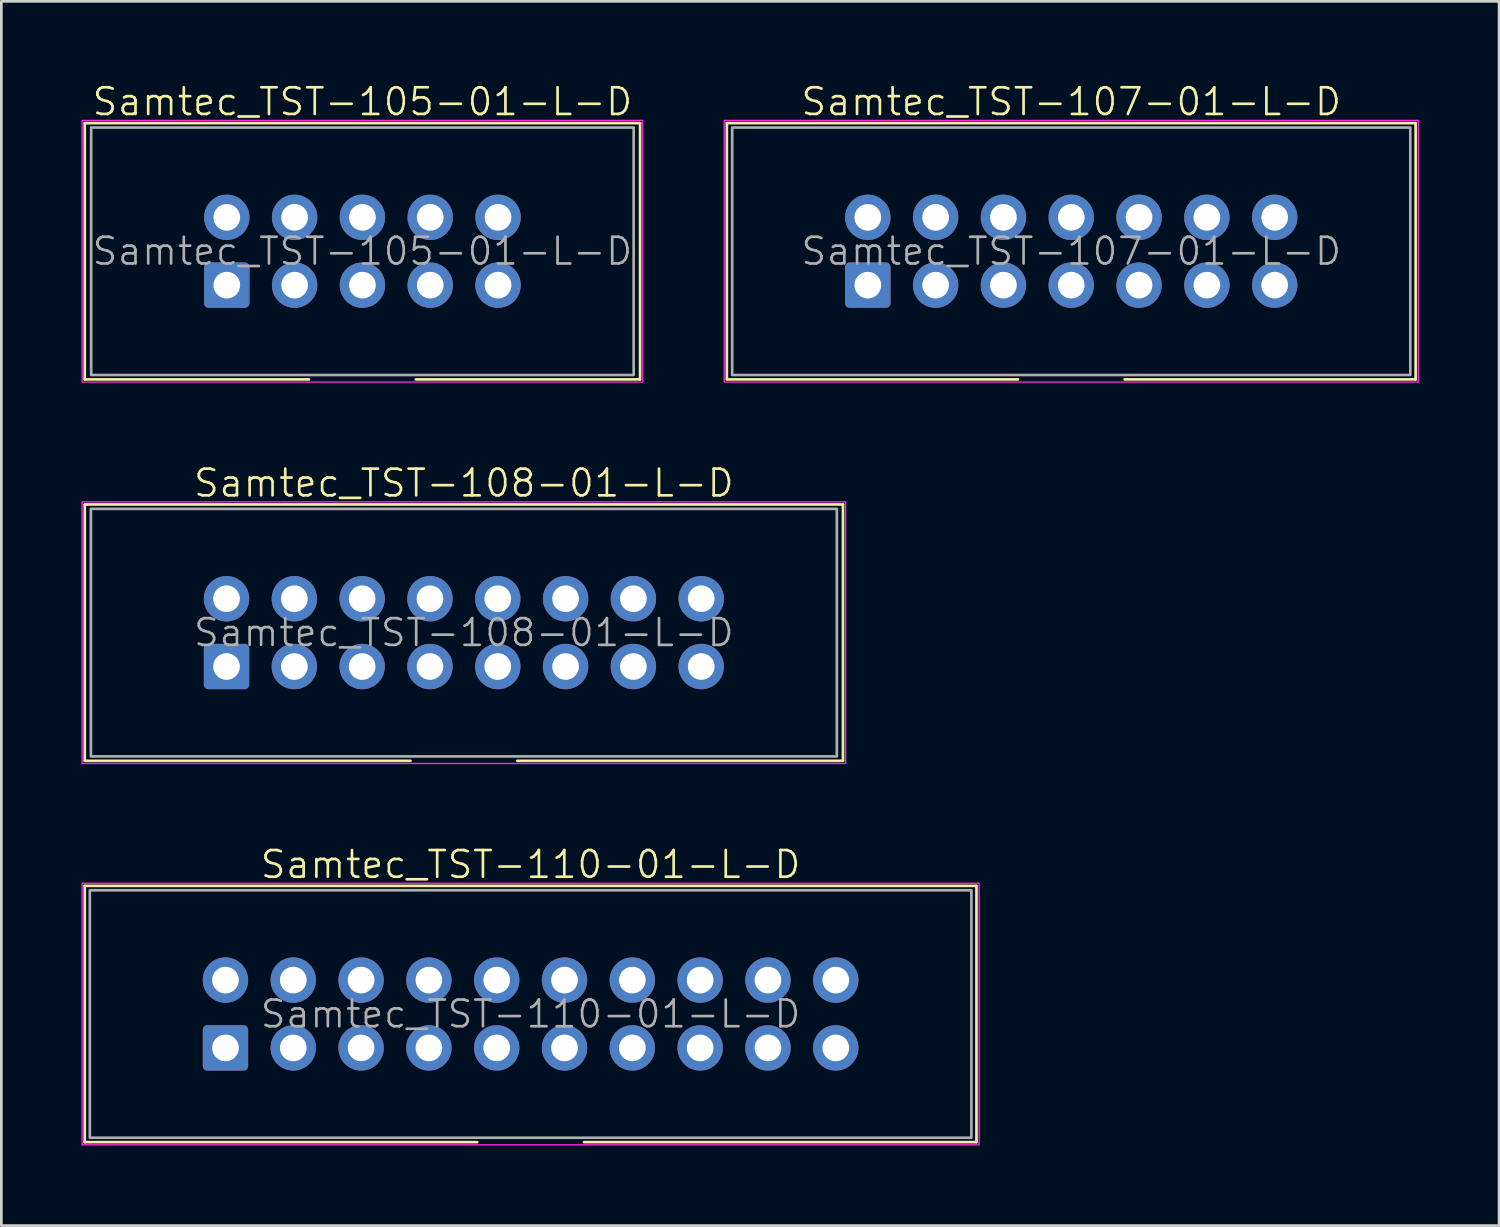
<source format=kicad_pcb>
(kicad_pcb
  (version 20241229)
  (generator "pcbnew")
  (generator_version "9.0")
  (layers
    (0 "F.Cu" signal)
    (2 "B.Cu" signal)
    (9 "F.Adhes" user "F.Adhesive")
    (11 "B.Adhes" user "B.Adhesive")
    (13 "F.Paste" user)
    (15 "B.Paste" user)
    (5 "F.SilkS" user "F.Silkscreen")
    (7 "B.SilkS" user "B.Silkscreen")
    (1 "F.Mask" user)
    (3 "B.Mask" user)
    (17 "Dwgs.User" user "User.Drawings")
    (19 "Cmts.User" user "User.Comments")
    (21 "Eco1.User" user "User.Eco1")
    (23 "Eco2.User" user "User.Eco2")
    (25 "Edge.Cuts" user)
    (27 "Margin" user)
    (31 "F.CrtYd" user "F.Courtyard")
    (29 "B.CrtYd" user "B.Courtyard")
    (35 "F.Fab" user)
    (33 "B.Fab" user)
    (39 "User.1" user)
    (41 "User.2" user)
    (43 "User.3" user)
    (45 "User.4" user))
  (footprint "Samtec_TST-107-01-L-D"
    (layer "F.Cu")
    (at 37.075 6.361)
    (property "Reference" "Samtec_TST-107-01-L-D" (at 0 -5.6 0) (unlocked yes) (layer "F.SilkS") (effects (font (size 1 1) (thickness 0.1))))
    (attr through_hole)
    (fp_line (start -12.9 -4.8) (end 12.9 -4.8) (stroke (width 0.1) (type default)) (layer "F.SilkS"))
    (fp_line (start -12.9 4.8) (end -12.9 -4.8) (stroke (width 0.1) (type default)) (layer "F.SilkS"))
    (fp_line (start -2 4.8) (end -12.9 4.8) (stroke (width 0.1) (type default)) (layer "F.SilkS"))
    (fp_line (start 12.9 -4.8) (end 12.9 4.8) (stroke (width 0.1) (type default)) (layer "F.SilkS"))
    (fp_line (start 12.9 4.8) (end 2 4.8) (stroke (width 0.1) (type default)) (layer "F.SilkS"))
    (fp_rect (start 13 -4.9) (end -13 4.9) (stroke (width 0.05) (type default)) (fill no) (layer "F.CrtYd"))
    (fp_rect (start -12.7 -4.635) (end 12.7 4.635) (stroke (width 0.1) (type default)) (fill no) (layer "F.Fab"))
    (fp_text user "${REFERENCE}" (at 0 0 0) (unlocked yes) (layer "F.Fab") (effects (font (size 1 1) (thickness 0.1))))
    (pad "1" thru_hole roundrect (at -7.62 1.27) (size 1.7 1.7) (drill 1) (layers "*.Cu" "*.Mask") (roundrect_rratio 0.1))
    (pad "2" thru_hole circle (at -7.62 -1.27) (size 1.7 1.7) (drill 1) (layers "*.Cu" "*.Mask"))
    (pad "3" thru_hole circle (at -5.08 1.27) (size 1.7 1.7) (drill 1) (layers "*.Cu" "*.Mask"))
    (pad "4" thru_hole circle (at -5.08 -1.27) (size 1.7 1.7) (drill 1) (layers "*.Cu" "*.Mask"))
    (pad "5" thru_hole circle (at -2.54 1.27) (size 1.7 1.7) (drill 1) (layers "*.Cu" "*.Mask"))
    (pad "6" thru_hole circle (at -2.54 -1.27) (size 1.7 1.7) (drill 1) (layers "*.Cu" "*.Mask"))
    (pad "7" thru_hole circle (at 0 1.27) (size 1.7 1.7) (drill 1) (layers "*.Cu" "*.Mask"))
    (pad "8" thru_hole circle (at 0 -1.27) (size 1.7 1.7) (drill 1) (layers "*.Cu" "*.Mask"))
    (pad "9" thru_hole circle (at 2.54 1.27) (size 1.7 1.7) (drill 1) (layers "*.Cu" "*.Mask"))
    (pad "10" thru_hole circle (at 2.54 -1.27) (size 1.7 1.7) (drill 1) (layers "*.Cu" "*.Mask"))
    (pad "11" thru_hole circle (at 5.08 1.27) (size 1.7 1.7) (drill 1) (layers "*.Cu" "*.Mask"))
    (pad "12" thru_hole circle (at 5.08 -1.27) (size 1.7 1.7) (drill 1) (layers "*.Cu" "*.Mask"))
    (pad "13" thru_hole circle (at 7.62 1.27) (size 1.7 1.7) (drill 1) (layers "*.Cu" "*.Mask"))
    (pad "14" thru_hole circle (at 7.62 -1.27) (size 1.7 1.7) (drill 1) (layers "*.Cu" "*.Mask")))
  (footprint "Samtec_TST-108-01-L-D"
    (layer "F.Cu")
    (at 14.325 20.646)
    (property "Reference" "Samtec_TST-108-01-L-D" (at 0 -5.6 0) (unlocked yes) (layer "F.SilkS") (effects (font (size 1 1) (thickness 0.1))))
    (attr through_hole)
    (fp_line (start -14.2 -4.8) (end 14.2 -4.8) (stroke (width 0.1) (type default)) (layer "F.SilkS"))
    (fp_line (start -14.2 4.8) (end -14.2 -4.8) (stroke (width 0.1) (type default)) (layer "F.SilkS"))
    (fp_line (start -2 4.8) (end -14.2 4.8) (stroke (width 0.1) (type default)) (layer "F.SilkS"))
    (fp_line (start 14.2 -4.8) (end 14.2 4.8) (stroke (width 0.1) (type default)) (layer "F.SilkS"))
    (fp_line (start 14.2 4.8) (end 2 4.8) (stroke (width 0.1) (type default)) (layer "F.SilkS"))
    (fp_rect (start 14.3 -4.9) (end -14.3 4.9) (stroke (width 0.05) (type default)) (fill no) (layer "F.CrtYd"))
    (fp_rect (start -13.97 -4.635) (end 13.97 4.635) (stroke (width 0.1) (type default)) (fill no) (layer "F.Fab"))
    (fp_text user "${REFERENCE}" (at 0 0 0) (unlocked yes) (layer "F.Fab") (effects (font (size 1 1) (thickness 0.1))))
    (pad "1" thru_hole roundrect (at -8.89 1.27) (size 1.7 1.7) (drill 1) (layers "*.Cu" "*.Mask") (roundrect_rratio 0.1))
    (pad "2" thru_hole circle (at -8.89 -1.27) (size 1.7 1.7) (drill 1) (layers "*.Cu" "*.Mask"))
    (pad "3" thru_hole circle (at -6.35 1.27) (size 1.7 1.7) (drill 1) (layers "*.Cu" "*.Mask"))
    (pad "4" thru_hole circle (at -6.35 -1.27) (size 1.7 1.7) (drill 1) (layers "*.Cu" "*.Mask"))
    (pad "5" thru_hole circle (at -3.81 1.27) (size 1.7 1.7) (drill 1) (layers "*.Cu" "*.Mask"))
    (pad "6" thru_hole circle (at -3.81 -1.27) (size 1.7 1.7) (drill 1) (layers "*.Cu" "*.Mask"))
    (pad "7" thru_hole circle (at -1.27 1.27) (size 1.7 1.7) (drill 1) (layers "*.Cu" "*.Mask"))
    (pad "8" thru_hole circle (at -1.27 -1.27) (size 1.7 1.7) (drill 1) (layers "*.Cu" "*.Mask"))
    (pad "9" thru_hole circle (at 1.27 1.27) (size 1.7 1.7) (drill 1) (layers "*.Cu" "*.Mask"))
    (pad "10" thru_hole circle (at 1.27 -1.27) (size 1.7 1.7) (drill 1) (layers "*.Cu" "*.Mask"))
    (pad "11" thru_hole circle (at 3.81 1.27) (size 1.7 1.7) (drill 1) (layers "*.Cu" "*.Mask"))
    (pad "12" thru_hole circle (at 3.81 -1.27) (size 1.7 1.7) (drill 1) (layers "*.Cu" "*.Mask"))
    (pad "13" thru_hole circle (at 6.35 1.27) (size 1.7 1.7) (drill 1) (layers "*.Cu" "*.Mask"))
    (pad "14" thru_hole circle (at 6.35 -1.27) (size 1.7 1.7) (drill 1) (layers "*.Cu" "*.Mask"))
    (pad "15" thru_hole circle (at 8.89 1.27) (size 1.7 1.7) (drill 1) (layers "*.Cu" "*.Mask"))
    (pad "16" thru_hole circle (at 8.89 -1.27) (size 1.7 1.7) (drill 1) (layers "*.Cu" "*.Mask")))
  (footprint "Samtec_TST-105-01-L-D"
    (layer "F.Cu")
    (at 10.525 6.361)
    (property "Reference" "Samtec_TST-105-01-L-D" (at 0 -5.6 0) (unlocked yes) (layer "F.SilkS") (effects (font (size 1 1) (thickness 0.1))))
    (attr through_hole)
    (fp_line (start -10.4 -4.8) (end 10.4 -4.8) (stroke (width 0.1) (type default)) (layer "F.SilkS"))
    (fp_line (start -10.4 4.8) (end -10.4 -4.8) (stroke (width 0.1) (type default)) (layer "F.SilkS"))
    (fp_line (start -2 4.8) (end -10.4 4.8) (stroke (width 0.1) (type default)) (layer "F.SilkS"))
    (fp_line (start 10.4 -4.8) (end 10.4 4.8) (stroke (width 0.1) (type default)) (layer "F.SilkS"))
    (fp_line (start 10.4 4.8) (end 2 4.8) (stroke (width 0.1) (type default)) (layer "F.SilkS"))
    (fp_rect (start -10.5 -4.9) (end 10.5 4.9) (stroke (width 0.05) (type default)) (fill no) (layer "F.CrtYd"))
    (fp_rect (start -10.16 -4.635) (end 10.16 4.635) (stroke (width 0.1) (type default)) (fill no) (layer "F.Fab"))
    (fp_text user "${REFERENCE}" (at 0 0 0) (unlocked yes) (layer "F.Fab") (effects (font (size 1 1) (thickness 0.1))))
    (pad "1" thru_hole roundrect (at -5.08 1.27) (size 1.7 1.7) (drill 1) (layers "*.Cu" "*.Mask") (roundrect_rratio 0.1))
    (pad "2" thru_hole circle (at -5.08 -1.27) (size 1.7 1.7) (drill 1) (layers "*.Cu" "*.Mask"))
    (pad "3" thru_hole circle (at -2.54 1.27) (size 1.7 1.7) (drill 1) (layers "*.Cu" "*.Mask"))
    (pad "4" thru_hole circle (at -2.54 -1.27) (size 1.7 1.7) (drill 1) (layers "*.Cu" "*.Mask"))
    (pad "5" thru_hole circle (at 0 1.27) (size 1.7 1.7) (drill 1) (layers "*.Cu" "*.Mask"))
    (pad "6" thru_hole circle (at 0 -1.27) (size 1.7 1.7) (drill 1) (layers "*.Cu" "*.Mask"))
    (pad "7" thru_hole circle (at 2.54 1.27) (size 1.7 1.7) (drill 1) (layers "*.Cu" "*.Mask"))
    (pad "8" thru_hole circle (at 2.54 -1.27) (size 1.7 1.7) (drill 1) (layers "*.Cu" "*.Mask"))
    (pad "9" thru_hole circle (at 5.08 1.27) (size 1.7 1.7) (drill 1) (layers "*.Cu" "*.Mask"))
    (pad "10" thru_hole circle (at 5.08 -1.27) (size 1.7 1.7) (drill 1) (layers "*.Cu" "*.Mask")))
  (footprint "Samtec_TST-110-01-L-D"
    (layer "F.Cu")
    (at 16.825 34.931)
    (property "Reference" "Samtec_TST-110-01-L-D" (at 0 -5.6 0) (unlocked yes) (layer "F.SilkS") (effects (font (size 1 1) (thickness 0.1))))
    (attr through_hole)
    (fp_line (start -16.7 -4.8) (end 16.7 -4.8) (stroke (width 0.1) (type default)) (layer "F.SilkS"))
    (fp_line (start -16.7 4.8) (end -16.7 -4.8) (stroke (width 0.1) (type default)) (layer "F.SilkS"))
    (fp_line (start -2 4.8) (end -16.7 4.8) (stroke (width 0.1) (type default)) (layer "F.SilkS"))
    (fp_line (start 16.7 -4.8) (end 16.7 4.8) (stroke (width 0.1) (type default)) (layer "F.SilkS"))
    (fp_line (start 16.7 4.8) (end 2 4.8) (stroke (width 0.1) (type default)) (layer "F.SilkS"))
    (fp_rect (start -16.8 -4.9) (end 16.8 4.9) (stroke (width 0.05) (type default)) (fill no) (layer "F.CrtYd"))
    (fp_rect (start -16.51 -4.635) (end 16.51 4.635) (stroke (width 0.1) (type default)) (fill no) (layer "F.Fab"))
    (fp_text user "${REFERENCE}" (at 0 0 0) (unlocked yes) (layer "F.Fab") (effects (font (size 1 1) (thickness 0.1))))
    (pad "1" thru_hole roundrect (at -11.43 1.27) (size 1.7 1.7) (drill 1) (layers "*.Cu" "*.Mask") (roundrect_rratio 0.1))
    (pad "2" thru_hole circle (at -11.43 -1.27) (size 1.7 1.7) (drill 1) (layers "*.Cu" "*.Mask"))
    (pad "3" thru_hole circle (at -8.89 1.27) (size 1.7 1.7) (drill 1) (layers "*.Cu" "*.Mask"))
    (pad "4" thru_hole circle (at -8.89 -1.27) (size 1.7 1.7) (drill 1) (layers "*.Cu" "*.Mask"))
    (pad "5" thru_hole circle (at -6.35 1.27) (size 1.7 1.7) (drill 1) (layers "*.Cu" "*.Mask"))
    (pad "6" thru_hole circle (at -6.35 -1.27) (size 1.7 1.7) (drill 1) (layers "*.Cu" "*.Mask"))
    (pad "7" thru_hole circle (at -3.81 1.27) (size 1.7 1.7) (drill 1) (layers "*.Cu" "*.Mask"))
    (pad "8" thru_hole circle (at -3.81 -1.27) (size 1.7 1.7) (drill 1) (layers "*.Cu" "*.Mask"))
    (pad "9" thru_hole circle (at -1.27 1.27) (size 1.7 1.7) (drill 1) (layers "*.Cu" "*.Mask"))
    (pad "10" thru_hole circle (at -1.27 -1.27) (size 1.7 1.7) (drill 1) (layers "*.Cu" "*.Mask"))
    (pad "11" thru_hole circle (at 1.27 1.27) (size 1.7 1.7) (drill 1) (layers "*.Cu" "*.Mask"))
    (pad "12" thru_hole circle (at 1.27 -1.27) (size 1.7 1.7) (drill 1) (layers "*.Cu" "*.Mask"))
    (pad "13" thru_hole circle (at 3.81 1.27) (size 1.7 1.7) (drill 1) (layers "*.Cu" "*.Mask"))
    (pad "14" thru_hole circle (at 3.81 -1.27) (size 1.7 1.7) (drill 1) (layers "*.Cu" "*.Mask"))
    (pad "15" thru_hole circle (at 6.35 1.27) (size 1.7 1.7) (drill 1) (layers "*.Cu" "*.Mask"))
    (pad "16" thru_hole circle (at 6.35 -1.27) (size 1.7 1.7) (drill 1) (layers "*.Cu" "*.Mask"))
    (pad "17" thru_hole circle (at 8.89 1.27) (size 1.7 1.7) (drill 1) (layers "*.Cu" "*.Mask"))
    (pad "18" thru_hole circle (at 8.89 -1.27) (size 1.7 1.7) (drill 1) (layers "*.Cu" "*.Mask"))
    (pad "19" thru_hole circle (at 11.43 1.27) (size 1.7 1.7) (drill 1) (layers "*.Cu" "*.Mask"))
    (pad "20" thru_hole circle (at 11.43 -1.27) (size 1.7 1.7) (drill 1) (layers "*.Cu" "*.Mask")))
  (gr_rect
    (start -3 -3)
    (end 53.1 42.856)
    (stroke (width 0.1) (type default))
    (fill no)
    (layer "Edge.Cuts")))
</source>
